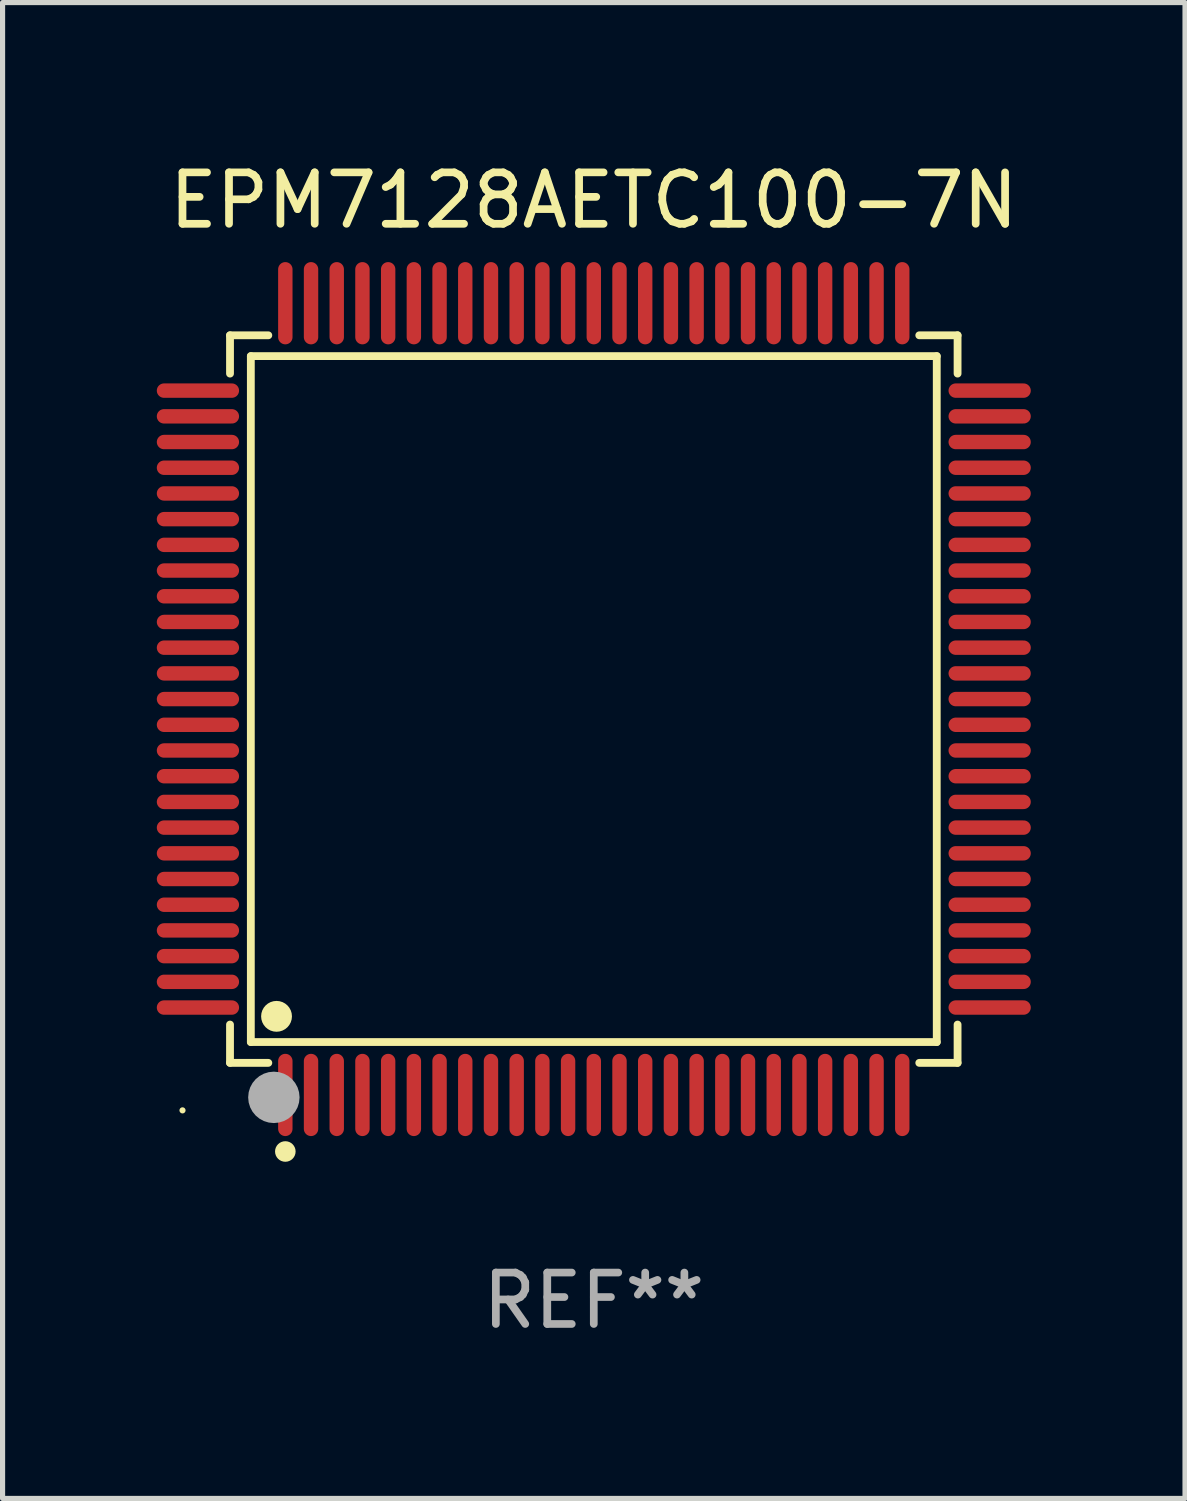
<source format=kicad_pcb>
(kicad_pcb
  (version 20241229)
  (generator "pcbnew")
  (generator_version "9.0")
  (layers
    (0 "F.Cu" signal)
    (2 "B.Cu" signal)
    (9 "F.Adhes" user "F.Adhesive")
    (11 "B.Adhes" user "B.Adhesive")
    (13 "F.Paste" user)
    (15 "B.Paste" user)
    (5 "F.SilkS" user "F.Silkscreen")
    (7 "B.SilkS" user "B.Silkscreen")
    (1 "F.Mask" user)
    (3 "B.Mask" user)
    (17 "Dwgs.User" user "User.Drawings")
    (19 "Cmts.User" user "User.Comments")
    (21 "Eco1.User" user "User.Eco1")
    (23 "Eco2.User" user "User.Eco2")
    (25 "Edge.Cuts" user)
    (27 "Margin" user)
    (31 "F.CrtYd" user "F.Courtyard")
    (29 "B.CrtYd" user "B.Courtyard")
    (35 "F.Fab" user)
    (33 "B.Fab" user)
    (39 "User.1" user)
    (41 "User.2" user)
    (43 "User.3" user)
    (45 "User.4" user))
  (footprint "EPM7128AETC100-7N"
    (layer "F.Cu")
    (at 8.5 10.548)
    (property "Reference" "EPM7128AETC100-7N" (at 0 -9.7 0) (layer "F.SilkS") (effects (font (size 1 1) (thickness 0.15))))
    (attr through_hole)
    (fp_line (start -7.076 -7.076) (end -6.331 -7.076) (stroke (width 0.152) (type solid)) (layer "F.SilkS"))
    (fp_line (start -7.076 -6.331) (end -7.076 -7.076) (stroke (width 0.152) (type solid)) (layer "F.SilkS"))
    (fp_line (start -7.076 6.331) (end -7.076 7.076) (stroke (width 0.152) (type solid)) (layer "F.SilkS"))
    (fp_line (start -7.076 7.076) (end -6.331 7.076) (stroke (width 0.152) (type solid)) (layer "F.SilkS"))
    (fp_line (start -6.671 -6.671) (end 6.671 -6.671) (stroke (width 0.152) (type solid)) (layer "F.SilkS"))
    (fp_line (start -6.671 6.671) (end -6.671 -6.671) (stroke (width 0.152) (type solid)) (layer "F.SilkS"))
    (fp_line (start 6.671 -6.671) (end 6.671 6.671) (stroke (width 0.152) (type solid)) (layer "F.SilkS"))
    (fp_line (start 6.671 6.671) (end -6.671 6.671) (stroke (width 0.152) (type solid)) (layer "F.SilkS"))
    (fp_line (start 7.076 -7.076) (end 6.331 -7.076) (stroke (width 0.152) (type solid)) (layer "F.SilkS"))
    (fp_line (start 7.076 -6.331) (end 7.076 -7.076) (stroke (width 0.152) (type solid)) (layer "F.SilkS"))
    (fp_line (start 7.076 6.331) (end 7.076 7.076) (stroke (width 0.152) (type solid)) (layer "F.SilkS"))
    (fp_line (start 7.076 7.076) (end 6.331 7.076) (stroke (width 0.152) (type solid)) (layer "F.SilkS"))
    (fp_circle (center -8 8) (end -7.97 8) (stroke (width 0.06) (type solid)) (fill no) (layer "F.SilkS"))
    (fp_circle (center -6.171 6.171) (end -6.021 6.171) (stroke (width 0.3) (type solid)) (fill no) (layer "F.SilkS"))
    (fp_circle (center -6 8.8) (end -5.9 8.8) (stroke (width 0.2) (type solid)) (fill no) (layer "F.SilkS"))
    (fp_circle (center -6.223 7.747) (end -5.973 7.747) (stroke (width 0.5) (type solid)) (fill no) (layer "F.Fab"))
    (fp_text user "REF**" (at 0 11.7 0) (layer "F.Fab") (effects (font (size 1 1) (thickness 0.15))))
    (pad "1" smd oval (at -6 7.7) (size 0.28 1.6) (layers "F.Cu" "F.Mask" "F.Paste"))
    (pad "2" smd oval (at -5.5 7.7) (size 0.28 1.6) (layers "F.Cu" "F.Mask" "F.Paste"))
    (pad "3" smd oval (at -5 7.7) (size 0.28 1.6) (layers "F.Cu" "F.Mask" "F.Paste"))
    (pad "4" smd oval (at -4.5 7.7) (size 0.28 1.6) (layers "F.Cu" "F.Mask" "F.Paste"))
    (pad "5" smd oval (at -4 7.7) (size 0.28 1.6) (layers "F.Cu" "F.Mask" "F.Paste"))
    (pad "6" smd oval (at -3.5 7.7) (size 0.28 1.6) (layers "F.Cu" "F.Mask" "F.Paste"))
    (pad "7" smd oval (at -3 7.7) (size 0.28 1.6) (layers "F.Cu" "F.Mask" "F.Paste"))
    (pad "8" smd oval (at -2.5 7.7) (size 0.28 1.6) (layers "F.Cu" "F.Mask" "F.Paste"))
    (pad "9" smd oval (at -2 7.7) (size 0.28 1.6) (layers "F.Cu" "F.Mask" "F.Paste"))
    (pad "10" smd oval (at -1.5 7.7) (size 0.28 1.6) (layers "F.Cu" "F.Mask" "F.Paste"))
    (pad "11" smd oval (at -1 7.7) (size 0.28 1.6) (layers "F.Cu" "F.Mask" "F.Paste"))
    (pad "12" smd oval (at -0.5 7.7) (size 0.28 1.6) (layers "F.Cu" "F.Mask" "F.Paste"))
    (pad "13" smd oval (at 0 7.7) (size 0.28 1.6) (layers "F.Cu" "F.Mask" "F.Paste"))
    (pad "14" smd oval (at 0.5 7.7) (size 0.28 1.6) (layers "F.Cu" "F.Mask" "F.Paste"))
    (pad "15" smd oval (at 1 7.7) (size 0.28 1.6) (layers "F.Cu" "F.Mask" "F.Paste"))
    (pad "16" smd oval (at 1.5 7.7) (size 0.28 1.6) (layers "F.Cu" "F.Mask" "F.Paste"))
    (pad "17" smd oval (at 2 7.7) (size 0.28 1.6) (layers "F.Cu" "F.Mask" "F.Paste"))
    (pad "18" smd oval (at 2.5 7.7) (size 0.28 1.6) (layers "F.Cu" "F.Mask" "F.Paste"))
    (pad "19" smd oval (at 3 7.7) (size 0.28 1.6) (layers "F.Cu" "F.Mask" "F.Paste"))
    (pad "20" smd oval (at 3.5 7.7) (size 0.28 1.6) (layers "F.Cu" "F.Mask" "F.Paste"))
    (pad "21" smd oval (at 4 7.7) (size 0.28 1.6) (layers "F.Cu" "F.Mask" "F.Paste"))
    (pad "22" smd oval (at 4.5 7.7) (size 0.28 1.6) (layers "F.Cu" "F.Mask" "F.Paste"))
    (pad "23" smd oval (at 5 7.7) (size 0.28 1.6) (layers "F.Cu" "F.Mask" "F.Paste"))
    (pad "24" smd oval (at 5.5 7.7) (size 0.28 1.6) (layers "F.Cu" "F.Mask" "F.Paste"))
    (pad "25" smd oval (at 6 7.7) (size 0.28 1.6) (layers "F.Cu" "F.Mask" "F.Paste"))
    (pad "26" smd oval (at 7.7 6) (size 1.6 0.28) (layers "F.Cu" "F.Mask" "F.Paste"))
    (pad "27" smd oval (at 7.7 5.5) (size 1.6 0.28) (layers "F.Cu" "F.Mask" "F.Paste"))
    (pad "28" smd oval (at 7.7 5) (size 1.6 0.28) (layers "F.Cu" "F.Mask" "F.Paste"))
    (pad "29" smd oval (at 7.7 4.5) (size 1.6 0.28) (layers "F.Cu" "F.Mask" "F.Paste"))
    (pad "30" smd oval (at 7.7 4) (size 1.6 0.28) (layers "F.Cu" "F.Mask" "F.Paste"))
    (pad "31" smd oval (at 7.7 3.5) (size 1.6 0.28) (layers "F.Cu" "F.Mask" "F.Paste"))
    (pad "32" smd oval (at 7.7 3) (size 1.6 0.28) (layers "F.Cu" "F.Mask" "F.Paste"))
    (pad "33" smd oval (at 7.7 2.5) (size 1.6 0.28) (layers "F.Cu" "F.Mask" "F.Paste"))
    (pad "34" smd oval (at 7.7 2) (size 1.6 0.28) (layers "F.Cu" "F.Mask" "F.Paste"))
    (pad "35" smd oval (at 7.7 1.5) (size 1.6 0.28) (layers "F.Cu" "F.Mask" "F.Paste"))
    (pad "36" smd oval (at 7.7 1) (size 1.6 0.28) (layers "F.Cu" "F.Mask" "F.Paste"))
    (pad "37" smd oval (at 7.7 0.5) (size 1.6 0.28) (layers "F.Cu" "F.Mask" "F.Paste"))
    (pad "38" smd oval (at 7.7 0) (size 1.6 0.28) (layers "F.Cu" "F.Mask" "F.Paste"))
    (pad "39" smd oval (at 7.7 -0.5) (size 1.6 0.28) (layers "F.Cu" "F.Mask" "F.Paste"))
    (pad "40" smd oval (at 7.7 -1) (size 1.6 0.28) (layers "F.Cu" "F.Mask" "F.Paste"))
    (pad "41" smd oval (at 7.7 -1.5) (size 1.6 0.28) (layers "F.Cu" "F.Mask" "F.Paste"))
    (pad "42" smd oval (at 7.7 -2) (size 1.6 0.28) (layers "F.Cu" "F.Mask" "F.Paste"))
    (pad "43" smd oval (at 7.7 -2.5) (size 1.6 0.28) (layers "F.Cu" "F.Mask" "F.Paste"))
    (pad "44" smd oval (at 7.7 -3) (size 1.6 0.28) (layers "F.Cu" "F.Mask" "F.Paste"))
    (pad "45" smd oval (at 7.7 -3.5) (size 1.6 0.28) (layers "F.Cu" "F.Mask" "F.Paste"))
    (pad "46" smd oval (at 7.7 -4) (size 1.6 0.28) (layers "F.Cu" "F.Mask" "F.Paste"))
    (pad "47" smd oval (at 7.7 -4.5) (size 1.6 0.28) (layers "F.Cu" "F.Mask" "F.Paste"))
    (pad "48" smd oval (at 7.7 -5) (size 1.6 0.28) (layers "F.Cu" "F.Mask" "F.Paste"))
    (pad "49" smd oval (at 7.7 -5.5) (size 1.6 0.28) (layers "F.Cu" "F.Mask" "F.Paste"))
    (pad "50" smd oval (at 7.7 -6) (size 1.6 0.28) (layers "F.Cu" "F.Mask" "F.Paste"))
    (pad "51" smd oval (at 6 -7.7) (size 0.28 1.6) (layers "F.Cu" "F.Mask" "F.Paste"))
    (pad "52" smd oval (at 5.5 -7.7) (size 0.28 1.6) (layers "F.Cu" "F.Mask" "F.Paste"))
    (pad "53" smd oval (at 5 -7.7) (size 0.28 1.6) (layers "F.Cu" "F.Mask" "F.Paste"))
    (pad "54" smd oval (at 4.5 -7.7) (size 0.28 1.6) (layers "F.Cu" "F.Mask" "F.Paste"))
    (pad "55" smd oval (at 4 -7.7) (size 0.28 1.6) (layers "F.Cu" "F.Mask" "F.Paste"))
    (pad "56" smd oval (at 3.5 -7.7) (size 0.28 1.6) (layers "F.Cu" "F.Mask" "F.Paste"))
    (pad "57" smd oval (at 3 -7.7) (size 0.28 1.6) (layers "F.Cu" "F.Mask" "F.Paste"))
    (pad "58" smd oval (at 2.5 -7.7) (size 0.28 1.6) (layers "F.Cu" "F.Mask" "F.Paste"))
    (pad "59" smd oval (at 2 -7.7) (size 0.28 1.6) (layers "F.Cu" "F.Mask" "F.Paste"))
    (pad "60" smd oval (at 1.5 -7.7) (size 0.28 1.6) (layers "F.Cu" "F.Mask" "F.Paste"))
    (pad "61" smd oval (at 1 -7.7) (size 0.28 1.6) (layers "F.Cu" "F.Mask" "F.Paste"))
    (pad "62" smd oval (at 0.5 -7.7) (size 0.28 1.6) (layers "F.Cu" "F.Mask" "F.Paste"))
    (pad "63" smd oval (at 0 -7.7) (size 0.28 1.6) (layers "F.Cu" "F.Mask" "F.Paste"))
    (pad "64" smd oval (at -0.5 -7.7) (size 0.28 1.6) (layers "F.Cu" "F.Mask" "F.Paste"))
    (pad "65" smd oval (at -1 -7.7) (size 0.28 1.6) (layers "F.Cu" "F.Mask" "F.Paste"))
    (pad "66" smd oval (at -1.5 -7.7) (size 0.28 1.6) (layers "F.Cu" "F.Mask" "F.Paste"))
    (pad "67" smd oval (at -2 -7.7) (size 0.28 1.6) (layers "F.Cu" "F.Mask" "F.Paste"))
    (pad "68" smd oval (at -2.5 -7.7) (size 0.28 1.6) (layers "F.Cu" "F.Mask" "F.Paste"))
    (pad "69" smd oval (at -3 -7.7) (size 0.28 1.6) (layers "F.Cu" "F.Mask" "F.Paste"))
    (pad "70" smd oval (at -3.5 -7.7) (size 0.28 1.6) (layers "F.Cu" "F.Mask" "F.Paste"))
    (pad "71" smd oval (at -4 -7.7) (size 0.28 1.6) (layers "F.Cu" "F.Mask" "F.Paste"))
    (pad "72" smd oval (at -4.5 -7.7) (size 0.28 1.6) (layers "F.Cu" "F.Mask" "F.Paste"))
    (pad "73" smd oval (at -5 -7.7) (size 0.28 1.6) (layers "F.Cu" "F.Mask" "F.Paste"))
    (pad "74" smd oval (at -5.5 -7.7) (size 0.28 1.6) (layers "F.Cu" "F.Mask" "F.Paste"))
    (pad "75" smd oval (at -6 -7.7) (size 0.28 1.6) (layers "F.Cu" "F.Mask" "F.Paste"))
    (pad "76" smd oval (at -7.7 -6) (size 1.6 0.28) (layers "F.Cu" "F.Mask" "F.Paste"))
    (pad "77" smd oval (at -7.7 -5.5) (size 1.6 0.28) (layers "F.Cu" "F.Mask" "F.Paste"))
    (pad "78" smd oval (at -7.7 -5) (size 1.6 0.28) (layers "F.Cu" "F.Mask" "F.Paste"))
    (pad "79" smd oval (at -7.7 -4.5) (size 1.6 0.28) (layers "F.Cu" "F.Mask" "F.Paste"))
    (pad "80" smd oval (at -7.7 -4) (size 1.6 0.28) (layers "F.Cu" "F.Mask" "F.Paste"))
    (pad "81" smd oval (at -7.7 -3.5) (size 1.6 0.28) (layers "F.Cu" "F.Mask" "F.Paste"))
    (pad "82" smd oval (at -7.7 -3) (size 1.6 0.28) (layers "F.Cu" "F.Mask" "F.Paste"))
    (pad "83" smd oval (at -7.7 -2.5) (size 1.6 0.28) (layers "F.Cu" "F.Mask" "F.Paste"))
    (pad "84" smd oval (at -7.7 -2) (size 1.6 0.28) (layers "F.Cu" "F.Mask" "F.Paste"))
    (pad "85" smd oval (at -7.7 -1.5) (size 1.6 0.28) (layers "F.Cu" "F.Mask" "F.Paste"))
    (pad "86" smd oval (at -7.7 -1) (size 1.6 0.28) (layers "F.Cu" "F.Mask" "F.Paste"))
    (pad "87" smd oval (at -7.7 -0.5) (size 1.6 0.28) (layers "F.Cu" "F.Mask" "F.Paste"))
    (pad "88" smd oval (at -7.7 0) (size 1.6 0.28) (layers "F.Cu" "F.Mask" "F.Paste"))
    (pad "89" smd oval (at -7.7 0.5) (size 1.6 0.28) (layers "F.Cu" "F.Mask" "F.Paste"))
    (pad "90" smd oval (at -7.7 1) (size 1.6 0.28) (layers "F.Cu" "F.Mask" "F.Paste"))
    (pad "91" smd oval (at -7.7 1.5) (size 1.6 0.28) (layers "F.Cu" "F.Mask" "F.Paste"))
    (pad "92" smd oval (at -7.7 2) (size 1.6 0.28) (layers "F.Cu" "F.Mask" "F.Paste"))
    (pad "93" smd oval (at -7.7 2.5) (size 1.6 0.28) (layers "F.Cu" "F.Mask" "F.Paste"))
    (pad "94" smd oval (at -7.7 3) (size 1.6 0.28) (layers "F.Cu" "F.Mask" "F.Paste"))
    (pad "95" smd oval (at -7.7 3.5) (size 1.6 0.28) (layers "F.Cu" "F.Mask" "F.Paste"))
    (pad "96" smd oval (at -7.7 4) (size 1.6 0.28) (layers "F.Cu" "F.Mask" "F.Paste"))
    (pad "97" smd oval (at -7.7 4.5) (size 1.6 0.28) (layers "F.Cu" "F.Mask" "F.Paste"))
    (pad "98" smd oval (at -7.7 5) (size 1.6 0.28) (layers "F.Cu" "F.Mask" "F.Paste"))
    (pad "99" smd oval (at -7.7 5.5) (size 1.6 0.28) (layers "F.Cu" "F.Mask" "F.Paste"))
    (pad "100" smd oval (at -7.7 6) (size 1.6 0.28) (layers "F.Cu" "F.Mask" "F.Paste")))
  (gr_rect
    (start -3 -3)
    (end 20 26.097)
    (stroke (width 0.1) (type default))
    (fill no)
    (layer "Edge.Cuts")))
</source>
